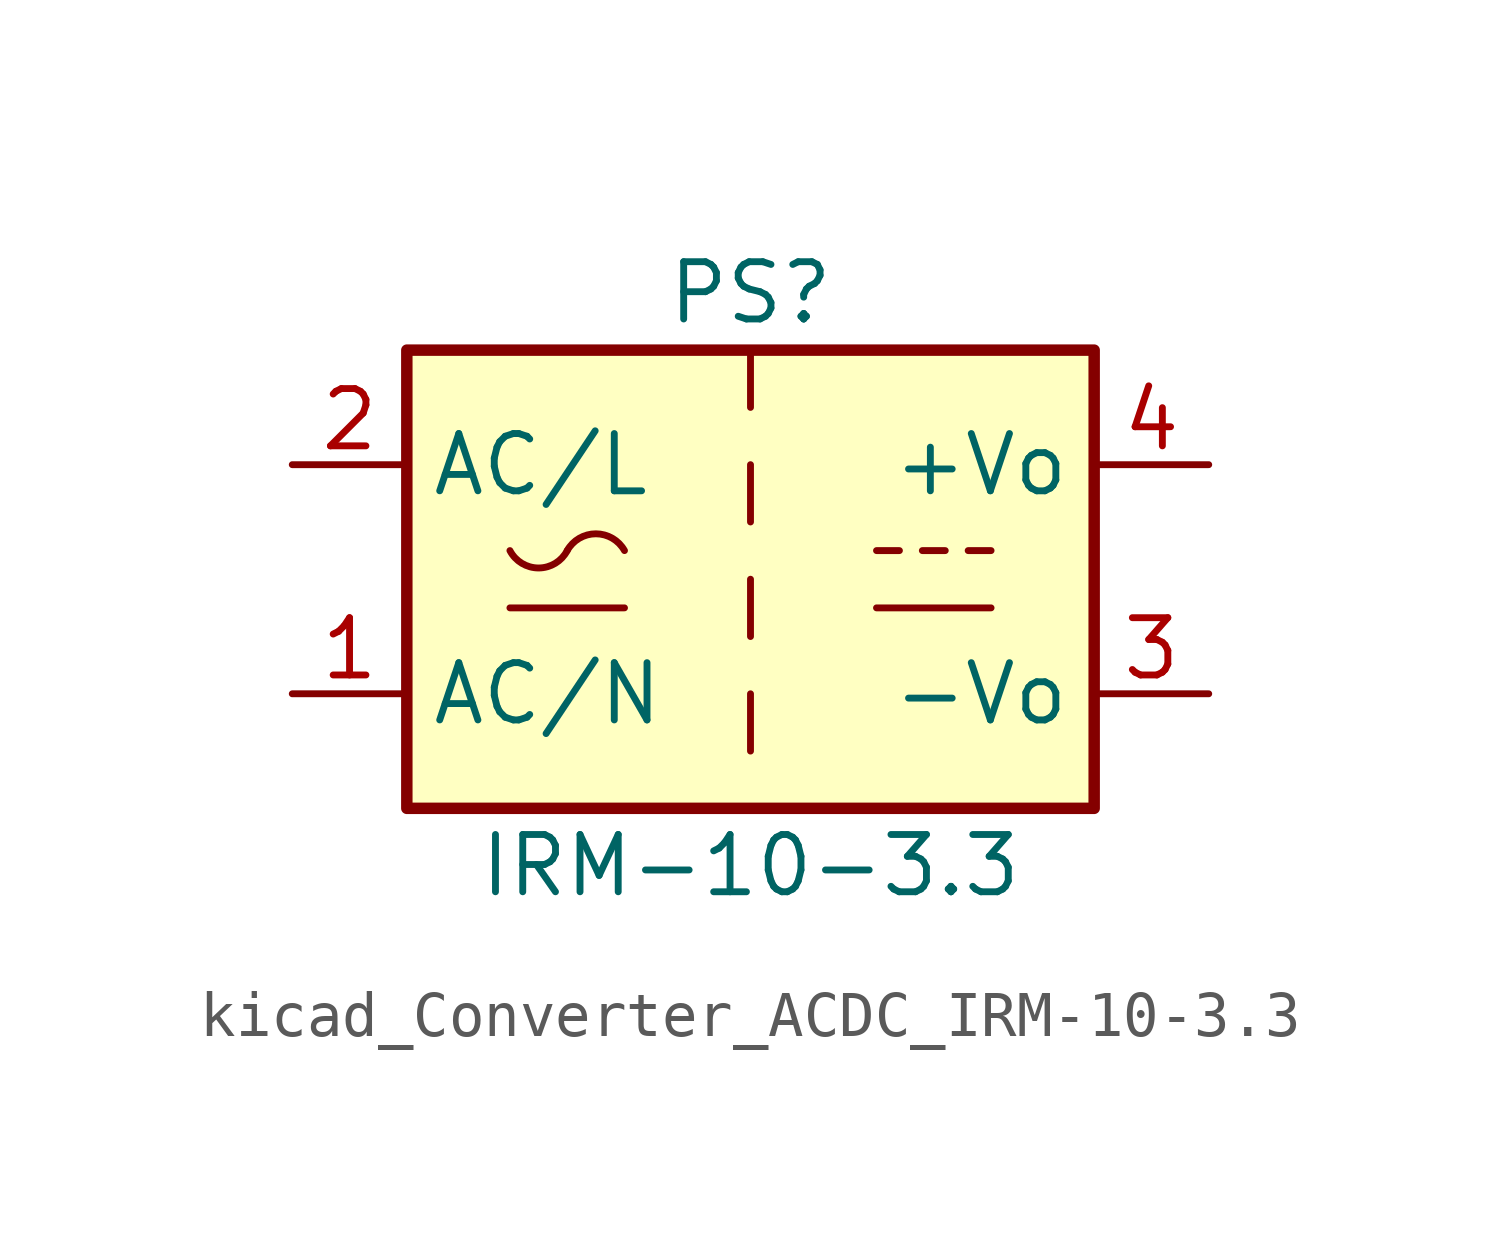
<source format=kicad_sym>
(kicad_symbol_lib
  (version 20220914)
  (generator kicad_symbol_editor)
  (symbol "kicad_Converter_ACDC_IRM-10-3.3"
    (property "Reference" "PS"
      (at 0 6.35 0)
      (effects (font (size 1.27 1.27))))
    (property "Value" "IRM-10-3.3"
      (at 0 -6.35 0)
      (effects (font (size 1.27 1.27))))
    (symbol "kicad_Converter_ACDC_IRM-10-3.3_0_1"
      (rectangle (start -7.62 5.08) (end 7.62 -5.08) (stroke (width 0.254) (type default)) (fill (type background)))
      (arc (start -5.334 0.635) (mid -4.699 0.2495) (end -4.064 0.635) (stroke (width 0) (type default)) (fill (type none)))
      (arc (start -2.794 0.635) (mid -3.429 1.0072) (end -4.064 0.635) (stroke (width 0) (type default)) (fill (type none)))
      (polyline (pts (xy -5.334 -0.635) (xy -2.794 -0.635)) (stroke (width 0) (type default)) (fill (type none)))
      (polyline (pts (xy 0 -2.54) (xy 0 -3.81)) (stroke (width 0) (type default)) (fill (type none)))
      (polyline (pts (xy 0 0) (xy 0 -1.27)) (stroke (width 0) (type default)) (fill (type none)))
      (polyline (pts (xy 0 2.54) (xy 0 1.27)) (stroke (width 0) (type default)) (fill (type none)))
      (polyline (pts (xy 0 5.08) (xy 0 3.81)) (stroke (width 0) (type default)) (fill (type none)))
      (polyline (pts (xy 2.794 -0.635) (xy 5.334 -0.635)) (stroke (width 0) (type default)) (fill (type none)))
      (polyline (pts (xy 2.794 0.635) (xy 3.302 0.635)) (stroke (width 0) (type default)) (fill (type none)))
      (polyline (pts (xy 3.81 0.635) (xy 4.318 0.635)) (stroke (width 0) (type default)) (fill (type none)))
      (polyline (pts (xy 4.826 0.635) (xy 5.334 0.635)) (stroke (width 0) (type default)) (fill (type none))))
    (symbol "kicad_Converter_ACDC_IRM-10-3.3_1_1"
      (pin power_in line (at -10.16 -2.54 0) (length 2.54) (name "AC/N" (effects (font (size 1.27 1.27)))) (number "1" (effects (font (size 1.27 1.27)))))
      (pin power_in line (at -10.16 2.54 0) (length 2.54) (name "AC/L" (effects (font (size 1.27 1.27)))) (number "2" (effects (font (size 1.27 1.27)))))
      (pin power_out line (at 10.16 -2.54 180) (length 2.54) (name "-Vo" (effects (font (size 1.27 1.27)))) (number "3" (effects (font (size 1.27 1.27)))))
      (pin power_out line (at 10.16 2.54 180) (length 2.54) (name "+Vo" (effects (font (size 1.27 1.27)))) (number "4" (effects (font (size 1.27 1.27))))))))
</source>
